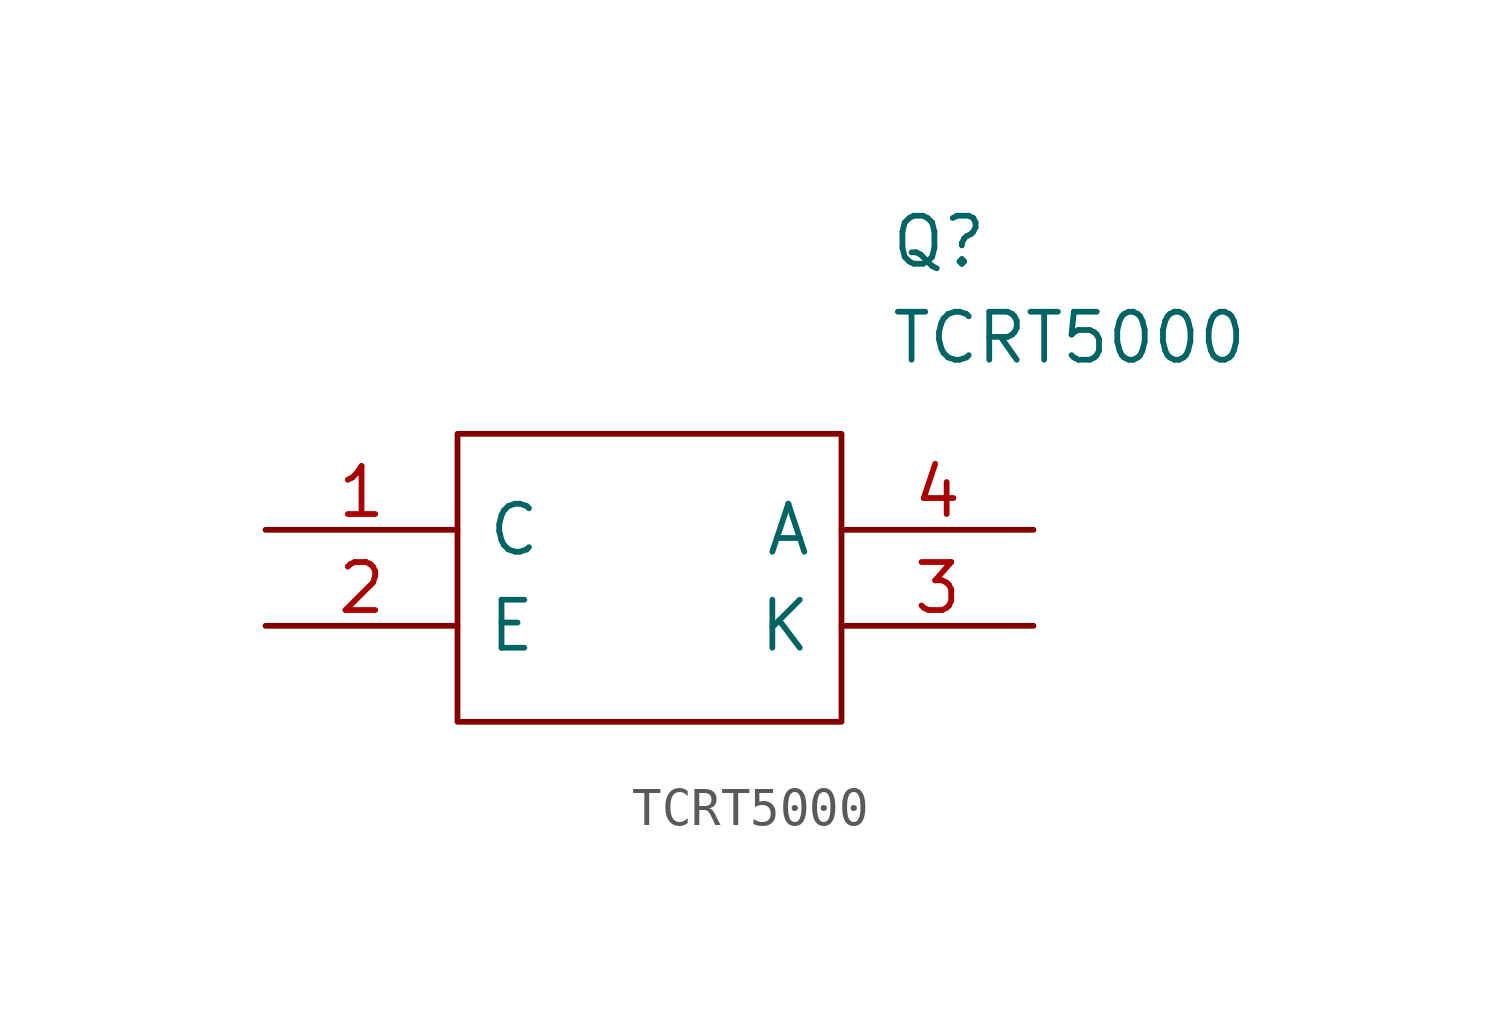
<source format=kicad_sym>
(kicad_symbol_lib
  (version 20201005)
  (generator kicad_symbol_editor)
  (symbol "TCRT5000"
    (pin_names
      (offset 0.762))
    (property "Reference" "Q"
      (at 16.51 7.62 0)
      (effects (font (size 1.27 1.27)) (justify left)))
    (property "Value" "TCRT5000"
      (at 16.51 5.08 0)
      (effects (font (size 1.27 1.27)) (justify left)))
    (symbol "TCRT5000_0_0"
      (pin passive line (at 0 0 0) (length 5.08) (name "C" (effects (font (size 1.27 1.27)))) (number "1" (effects (font (size 1.27 1.27)))))
      (pin passive line (at 0 -2.54 0) (length 5.08) (name "E" (effects (font (size 1.27 1.27)))) (number "2" (effects (font (size 1.27 1.27)))))
      (pin passive line (at 20.32 -2.54 180) (length 5.08) (name "K" (effects (font (size 1.27 1.27)))) (number "3" (effects (font (size 1.27 1.27)))))
      (pin passive line (at 20.32 0 180) (length 5.08) (name "A" (effects (font (size 1.27 1.27)))) (number "4" (effects (font (size 1.27 1.27))))))
    (symbol "TCRT5000_0_1"
      (polyline (pts (xy 5.08 2.54) (xy 15.24 2.54) (xy 15.24 -5.08) (xy 5.08 -5.08) (xy 5.08 2.54)) (stroke (width 0.152)) (fill (type none))))))
</source>
